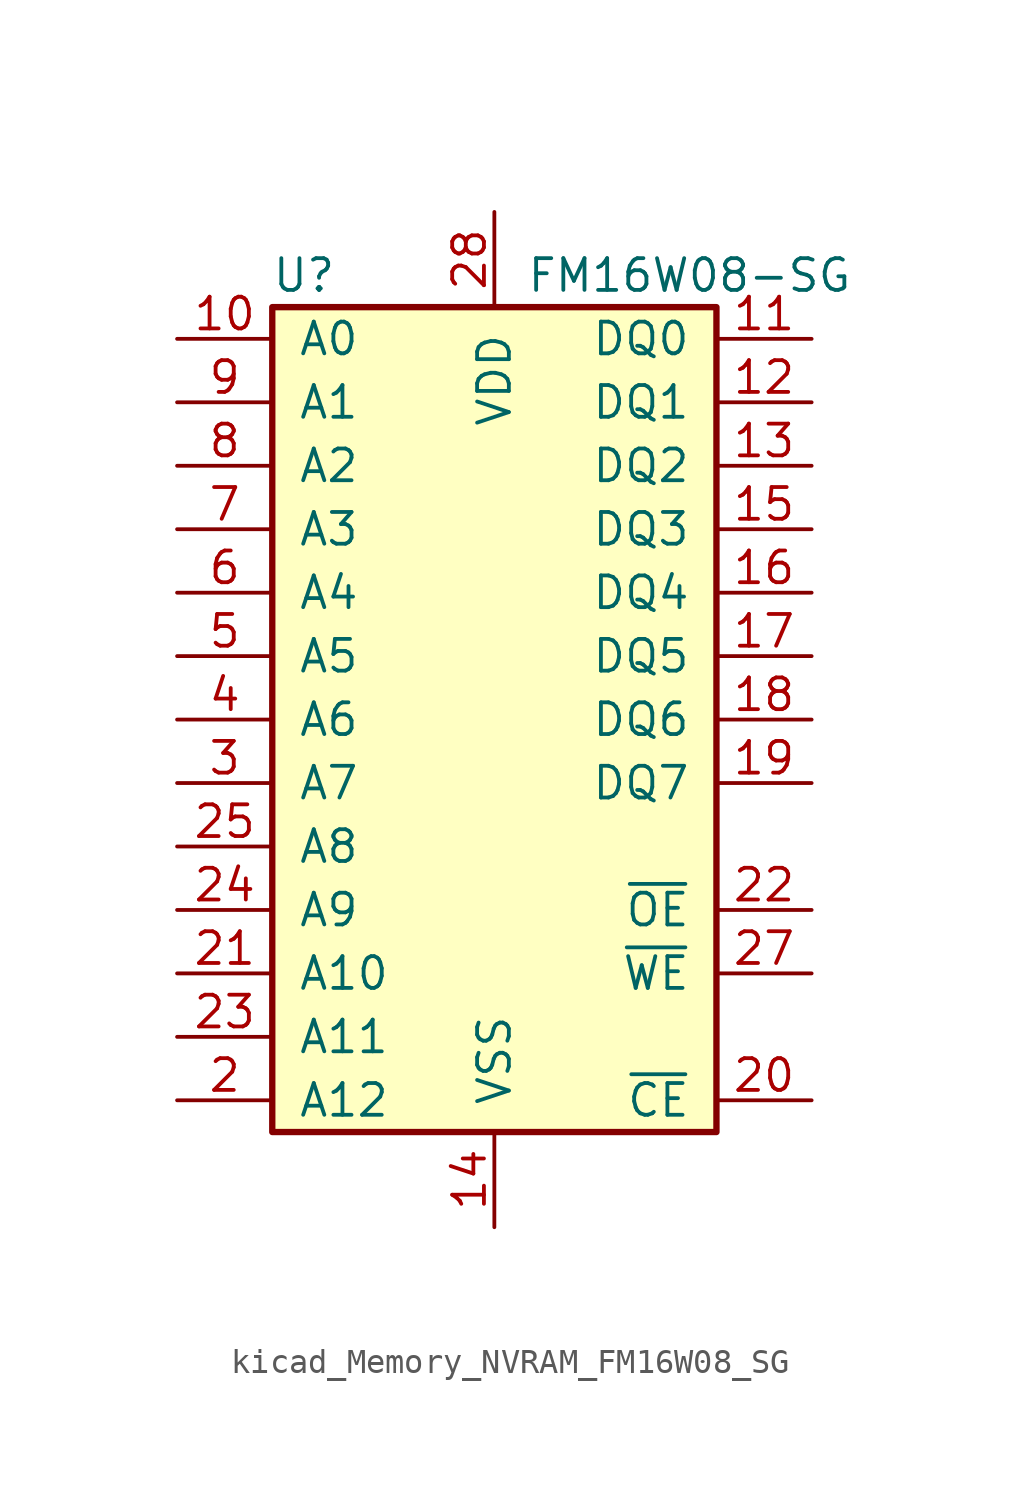
<source format=kicad_sym>
(kicad_symbol_lib
  (version 20220914)
  (generator kicad_symbol_editor)
  (symbol "kicad_Memory_NVRAM_FM16W08_SG"
    (pin_names
      (offset 1.016))
    (property "Reference" "U"
      (at -7.62 17.78 0)
      (effects (font (size 1.27 1.27))))
    (property "Value" "FM16W08-SG"
      (at 1.27 17.78 0)
      (effects (font (size 1.27 1.27)) (justify left)))
    (symbol "kicad_Memory_NVRAM_FM16W08_SG_0_1"
      (rectangle (start -8.89 16.51) (end 8.89 -16.51) (stroke (width 0.254) (type default)) (fill (type background))))
    (symbol "kicad_Memory_NVRAM_FM16W08_SG_1_1"
      (pin input line (at -12.7 15.24 0) (length 3.81) (name "A0" (effects (font (size 1.27 1.27)))) (number "10" (effects (font (size 1.27 1.27)))))
      (pin bidirectional line (at 12.7 15.24 180) (length 3.81) (name "DQ0" (effects (font (size 1.27 1.27)))) (number "11" (effects (font (size 1.27 1.27)))))
      (pin bidirectional line (at 12.7 12.7 180) (length 3.81) (name "DQ1" (effects (font (size 1.27 1.27)))) (number "12" (effects (font (size 1.27 1.27)))))
      (pin bidirectional line (at 12.7 10.16 180) (length 3.81) (name "DQ2" (effects (font (size 1.27 1.27)))) (number "13" (effects (font (size 1.27 1.27)))))
      (pin power_in line (at 0 -20.32 90) (length 3.81) (name "VSS" (effects (font (size 1.27 1.27)))) (number "14" (effects (font (size 1.27 1.27)))))
      (pin bidirectional line (at 12.7 7.62 180) (length 3.81) (name "DQ3" (effects (font (size 1.27 1.27)))) (number "15" (effects (font (size 1.27 1.27)))))
      (pin bidirectional line (at 12.7 5.08 180) (length 3.81) (name "DQ4" (effects (font (size 1.27 1.27)))) (number "16" (effects (font (size 1.27 1.27)))))
      (pin bidirectional line (at 12.7 2.54 180) (length 3.81) (name "DQ5" (effects (font (size 1.27 1.27)))) (number "17" (effects (font (size 1.27 1.27)))))
      (pin bidirectional line (at 12.7 0 180) (length 3.81) (name "DQ6" (effects (font (size 1.27 1.27)))) (number "18" (effects (font (size 1.27 1.27)))))
      (pin bidirectional line (at 12.7 -2.54 180) (length 3.81) (name "DQ7" (effects (font (size 1.27 1.27)))) (number "19" (effects (font (size 1.27 1.27)))))
      (pin input line (at -12.7 -15.24 0) (length 3.81) (name "A12" (effects (font (size 1.27 1.27)))) (number "2" (effects (font (size 1.27 1.27)))))
      (pin input line (at 12.7 -15.24 180) (length 3.81) (name "~{CE}" (effects (font (size 1.27 1.27)))) (number "20" (effects (font (size 1.27 1.27)))))
      (pin input line (at -12.7 -10.16 0) (length 3.81) (name "A10" (effects (font (size 1.27 1.27)))) (number "21" (effects (font (size 1.27 1.27)))))
      (pin input line (at 12.7 -7.62 180) (length 3.81) (name "~{OE}" (effects (font (size 1.27 1.27)))) (number "22" (effects (font (size 1.27 1.27)))))
      (pin input line (at -12.7 -12.7 0) (length 3.81) (name "A11" (effects (font (size 1.27 1.27)))) (number "23" (effects (font (size 1.27 1.27)))))
      (pin input line (at -12.7 -7.62 0) (length 3.81) (name "A9" (effects (font (size 1.27 1.27)))) (number "24" (effects (font (size 1.27 1.27)))))
      (pin input line (at -12.7 -5.08 0) (length 3.81) (name "A8" (effects (font (size 1.27 1.27)))) (number "25" (effects (font (size 1.27 1.27)))))
      (pin input line (at 12.7 -10.16 180) (length 3.81) (name "~{WE}" (effects (font (size 1.27 1.27)))) (number "27" (effects (font (size 1.27 1.27)))))
      (pin power_in line (at 0 20.32 270) (length 3.81) (name "VDD" (effects (font (size 1.27 1.27)))) (number "28" (effects (font (size 1.27 1.27)))))
      (pin input line (at -12.7 -2.54 0) (length 3.81) (name "A7" (effects (font (size 1.27 1.27)))) (number "3" (effects (font (size 1.27 1.27)))))
      (pin input line (at -12.7 0 0) (length 3.81) (name "A6" (effects (font (size 1.27 1.27)))) (number "4" (effects (font (size 1.27 1.27)))))
      (pin input line (at -12.7 2.54 0) (length 3.81) (name "A5" (effects (font (size 1.27 1.27)))) (number "5" (effects (font (size 1.27 1.27)))))
      (pin input line (at -12.7 5.08 0) (length 3.81) (name "A4" (effects (font (size 1.27 1.27)))) (number "6" (effects (font (size 1.27 1.27)))))
      (pin input line (at -12.7 7.62 0) (length 3.81) (name "A3" (effects (font (size 1.27 1.27)))) (number "7" (effects (font (size 1.27 1.27)))))
      (pin input line (at -12.7 10.16 0) (length 3.81) (name "A2" (effects (font (size 1.27 1.27)))) (number "8" (effects (font (size 1.27 1.27)))))
      (pin input line (at -12.7 12.7 0) (length 3.81) (name "A1" (effects (font (size 1.27 1.27)))) (number "9" (effects (font (size 1.27 1.27))))))))
</source>
